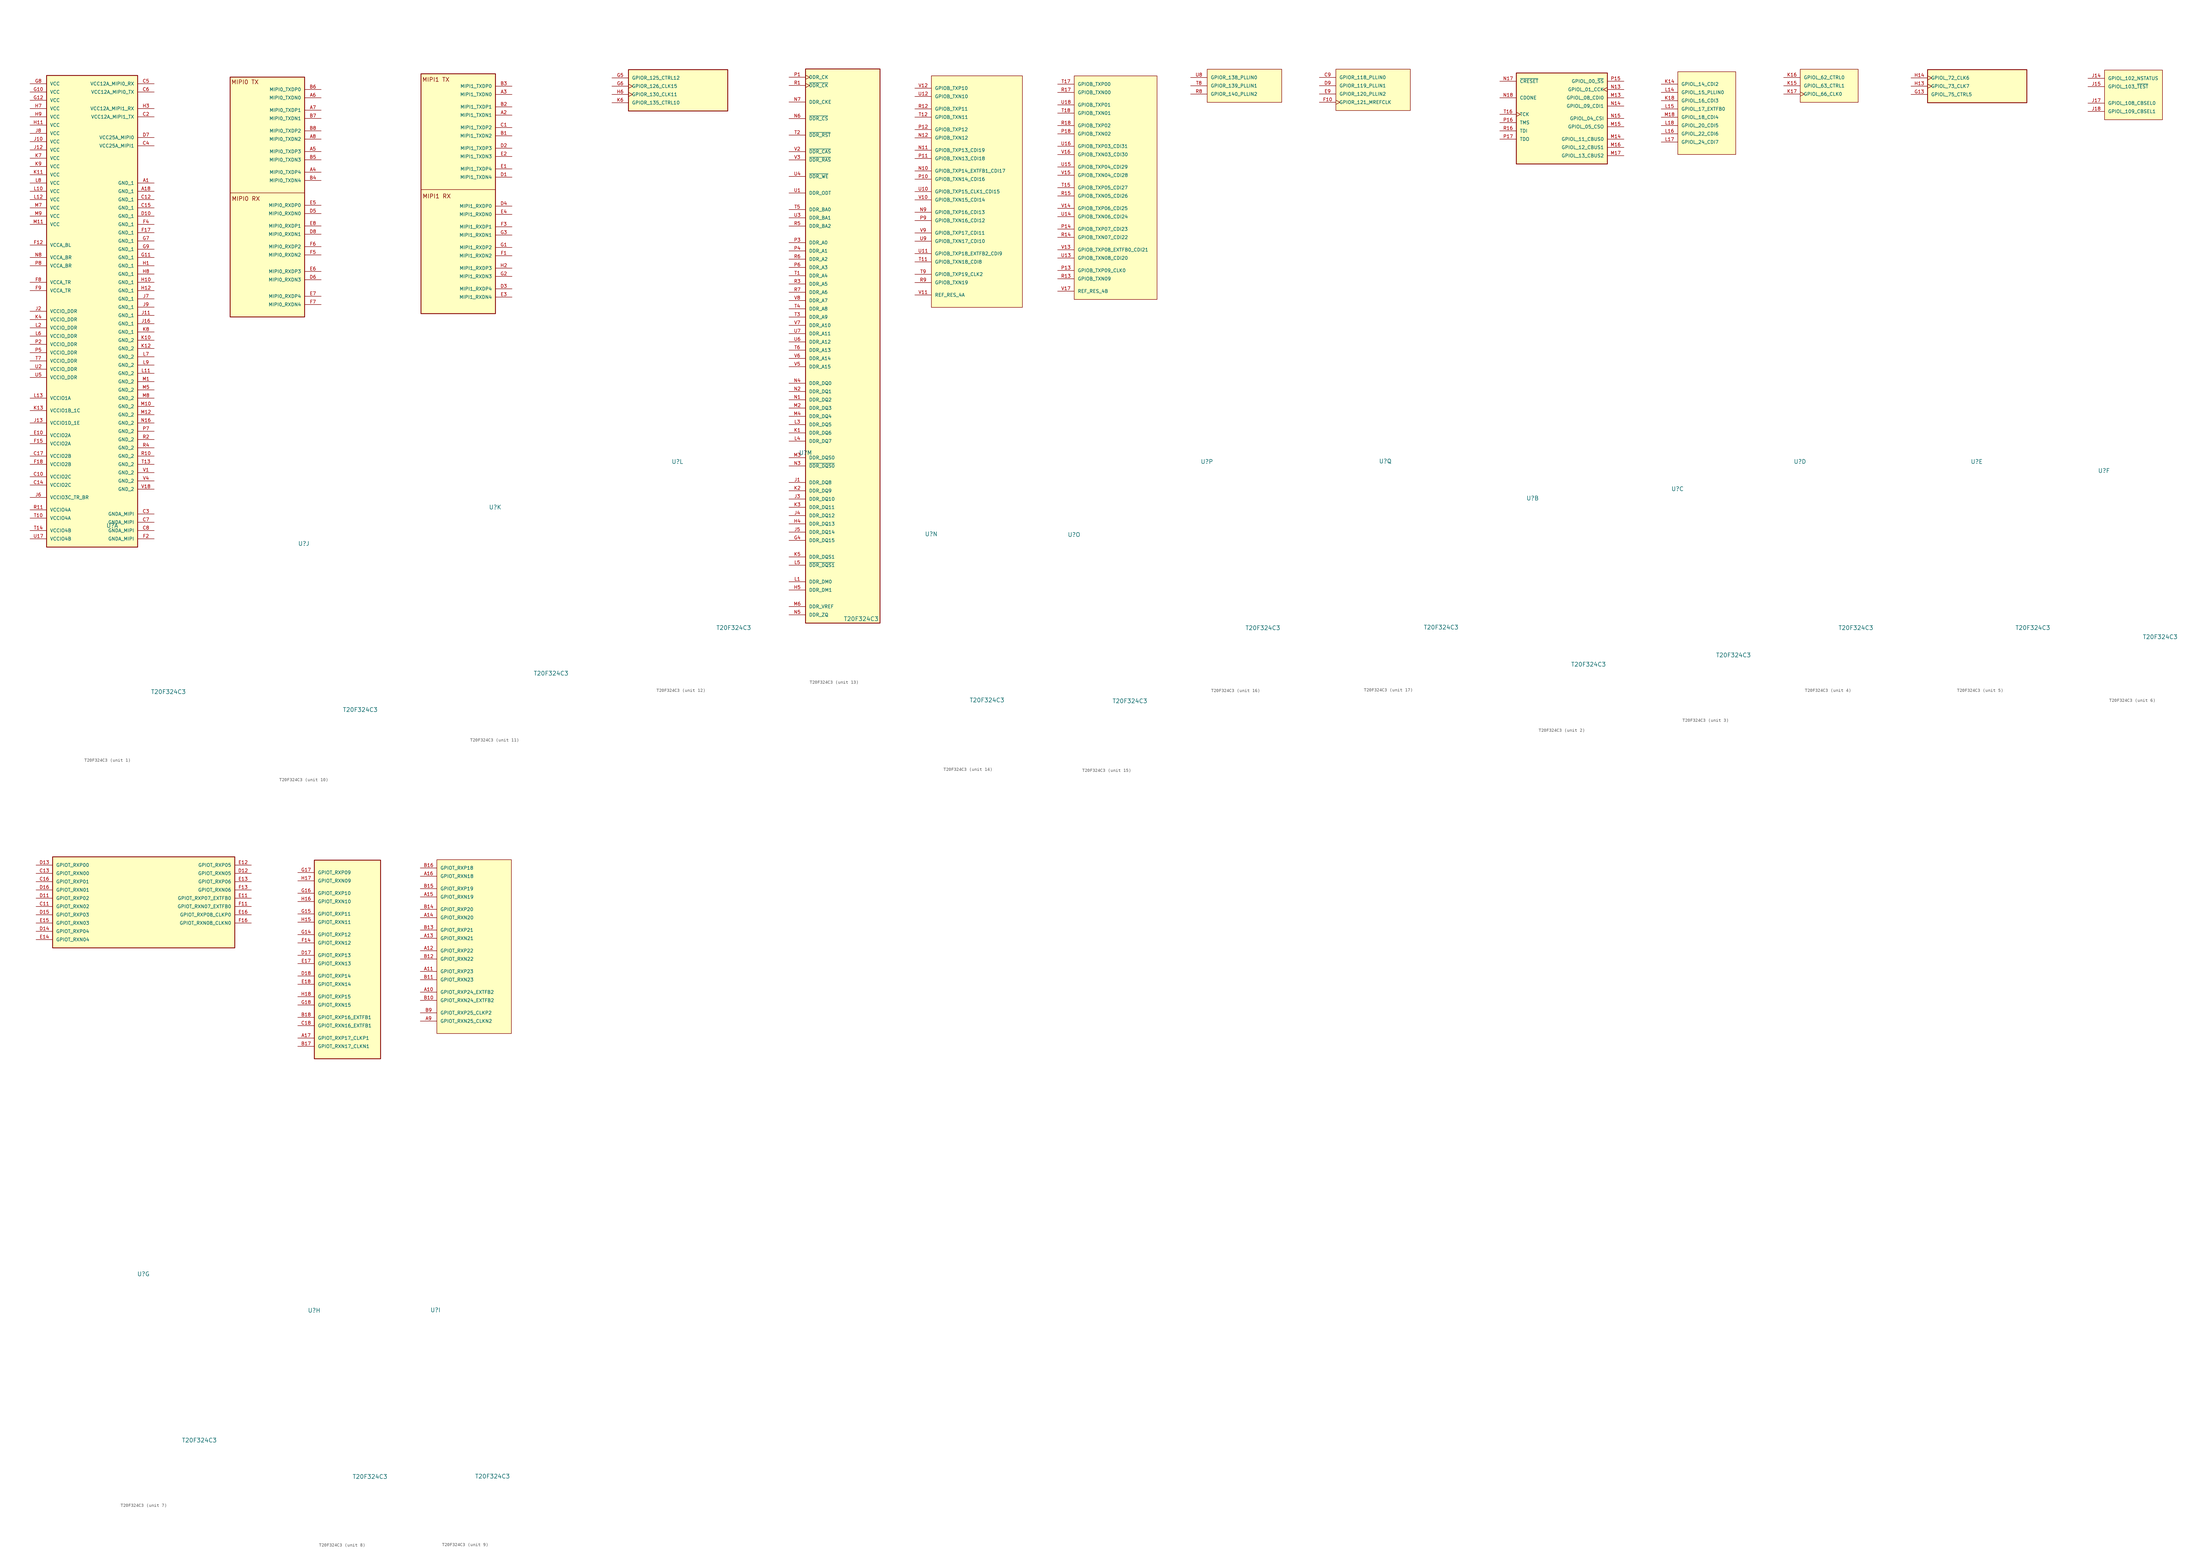
<source format=kicad_sym>
(kicad_symbol_lib
  (version 20231120)
  (generator "kicad_symbol_editor")
  (generator_version "8.0")
  (symbol "T20F324C3"
    (pin_names
      (offset 1.016))
    (property "Reference" "U"
      (at -2.032 -116.078 0)
      (effects (font (size 1.27 1.27)) (justify left bottom)))
    (property "Value" "T20F324C3"
      (at 11.684 -165.608 0)
      (effects (font (size 1.27 1.27)) (justify left top)))
    (symbol "T20F324C3_1_0"
      (rectangle (start -20.32 22.86) (end 7.62 -121.92) (stroke (width 0.254) (type default)) (fill (type background)))
      (pin power_in line (at 12.7 -10.16 180) (length 5.08) (name "GND_1" (effects (font (size 1.016 1.016)))) (number "A1" (effects (font (size 1.016 1.016)))))
      (pin power_in line (at 12.7 -12.7 180) (length 5.08) (name "GND_1" (effects (font (size 1.016 1.016)))) (number "A18" (effects (font (size 1.016 1.016)))))
      (pin power_in line (at -25.4 -100.33 0) (length 5.08) (name "VCCIO2C" (effects (font (size 1.016 1.016)))) (number "C10" (effects (font (size 1.016 1.016)))))
      (pin power_in line (at 12.7 -15.24 180) (length 5.08) (name "GND_1" (effects (font (size 1.016 1.016)))) (number "C12" (effects (font (size 1.016 1.016)))))
      (pin power_in line (at -25.4 -102.87 0) (length 5.08) (name "VCCIO2C" (effects (font (size 1.016 1.016)))) (number "C14" (effects (font (size 1.016 1.016)))))
      (pin power_in line (at 12.7 -17.78 180) (length 5.08) (name "GND_1" (effects (font (size 1.016 1.016)))) (number "C15" (effects (font (size 1.016 1.016)))))
      (pin power_in line (at -25.4 -93.98 0) (length 5.08) (name "VCCIO2B" (effects (font (size 1.016 1.016)))) (number "C17" (effects (font (size 1.016 1.016)))))
      (pin power_in line (at 12.7 10.16 180) (length 5.08) (name "VCC12A_MIPI1_TX" (effects (font (size 1.016 1.016)))) (number "C2" (effects (font (size 1.016 1.016)))))
      (pin power_in line (at 12.7 -111.76 180) (length 5.08) (name "GNDA_MIPI" (effects (font (size 1.016 1.016)))) (number "C3" (effects (font (size 1.016 1.016)))))
      (pin power_in line (at 12.7 1.27 180) (length 5.08) (name "VCC25A_MIPI1" (effects (font (size 1.016 1.016)))) (number "C4" (effects (font (size 1.016 1.016)))))
      (pin power_in line (at 12.7 20.32 180) (length 5.08) (name "VCC12A_MIPI0_RX" (effects (font (size 1.016 1.016)))) (number "C5" (effects (font (size 1.016 1.016)))))
      (pin power_in line (at 12.7 17.78 180) (length 5.08) (name "VCC12A_MIPI0_TX" (effects (font (size 1.016 1.016)))) (number "C6" (effects (font (size 1.016 1.016)))))
      (pin power_in line (at 12.7 -114.3 180) (length 5.08) (name "GNDA_MIPI" (effects (font (size 1.016 1.016)))) (number "C7" (effects (font (size 1.016 1.016)))))
      (pin power_in line (at 12.7 -116.84 180) (length 5.08) (name "GNDA_MIPI" (effects (font (size 1.016 1.016)))) (number "C8" (effects (font (size 1.016 1.016)))))
      (pin power_in line (at 12.7 -20.32 180) (length 5.08) (name "GND_1" (effects (font (size 1.016 1.016)))) (number "D10" (effects (font (size 1.016 1.016)))))
      (pin power_in line (at 12.7 3.81 180) (length 5.08) (name "VCC25A_MIPI0" (effects (font (size 1.016 1.016)))) (number "D7" (effects (font (size 1.016 1.016)))))
      (pin power_in line (at -25.4 -87.63 0) (length 5.08) (name "VCCIO2A" (effects (font (size 1.016 1.016)))) (number "E10" (effects (font (size 1.016 1.016)))))
      (pin power_in line (at -25.4 -29.21 0) (length 5.08) (name "VCCA_BL" (effects (font (size 1.016 1.016)))) (number "F12" (effects (font (size 1.016 1.016)))))
      (pin power_in line (at -25.4 -90.17 0) (length 5.08) (name "VCCIO2A" (effects (font (size 1.016 1.016)))) (number "F15" (effects (font (size 1.016 1.016)))))
      (pin power_in line (at 12.7 -25.4 180) (length 5.08) (name "GND_1" (effects (font (size 1.016 1.016)))) (number "F17" (effects (font (size 1.016 1.016)))))
      (pin power_in line (at -25.4 -96.52 0) (length 5.08) (name "VCCIO2B" (effects (font (size 1.016 1.016)))) (number "F18" (effects (font (size 1.016 1.016)))))
      (pin power_in line (at 12.7 -119.38 180) (length 5.08) (name "GNDA_MIPI" (effects (font (size 1.016 1.016)))) (number "F2" (effects (font (size 1.016 1.016)))))
      (pin power_in line (at 12.7 -22.86 180) (length 5.08) (name "GND_1" (effects (font (size 1.016 1.016)))) (number "F4" (effects (font (size 1.016 1.016)))))
      (pin power_in line (at -25.4 -40.64 0) (length 5.08) (name "VCCA_TR" (effects (font (size 1.016 1.016)))) (number "F8" (effects (font (size 1.016 1.016)))))
      (pin power_in line (at -25.4 -43.18 0) (length 5.08) (name "VCCA_TR" (effects (font (size 1.016 1.016)))) (number "F9" (effects (font (size 1.016 1.016)))))
      (pin power_in line (at -25.4 17.78 0) (length 5.08) (name "VCC" (effects (font (size 1.016 1.016)))) (number "G10" (effects (font (size 1.016 1.016)))))
      (pin power_in line (at 12.7 -33.02 180) (length 5.08) (name "GND_1" (effects (font (size 1.016 1.016)))) (number "G11" (effects (font (size 1.016 1.016)))))
      (pin power_in line (at -25.4 15.24 0) (length 5.08) (name "VCC" (effects (font (size 1.016 1.016)))) (number "G12" (effects (font (size 1.016 1.016)))))
      (pin power_in line (at 12.7 -27.94 180) (length 5.08) (name "GND_1" (effects (font (size 1.016 1.016)))) (number "G7" (effects (font (size 1.016 1.016)))))
      (pin power_in line (at -25.4 20.32 0) (length 5.08) (name "VCC" (effects (font (size 1.016 1.016)))) (number "G8" (effects (font (size 1.016 1.016)))))
      (pin power_in line (at 12.7 -30.48 180) (length 5.08) (name "GND_1" (effects (font (size 1.016 1.016)))) (number "G9" (effects (font (size 1.016 1.016)))))
      (pin power_in line (at 12.7 -35.56 180) (length 5.08) (name "GND_1" (effects (font (size 1.016 1.016)))) (number "H1" (effects (font (size 1.016 1.016)))))
      (pin power_in line (at 12.7 -40.64 180) (length 5.08) (name "GND_1" (effects (font (size 1.016 1.016)))) (number "H10" (effects (font (size 1.016 1.016)))))
      (pin power_in line (at -25.4 7.62 0) (length 5.08) (name "VCC" (effects (font (size 1.016 1.016)))) (number "H11" (effects (font (size 1.016 1.016)))))
      (pin power_in line (at 12.7 -43.18 180) (length 5.08) (name "GND_1" (effects (font (size 1.016 1.016)))) (number "H12" (effects (font (size 1.016 1.016)))))
      (pin power_in line (at 12.7 12.7 180) (length 5.08) (name "VCC12A_MIPI1_RX" (effects (font (size 1.016 1.016)))) (number "H3" (effects (font (size 1.016 1.016)))))
      (pin power_in line (at -25.4 12.7 0) (length 5.08) (name "VCC" (effects (font (size 1.016 1.016)))) (number "H7" (effects (font (size 1.016 1.016)))))
      (pin power_in line (at 12.7 -38.1 180) (length 5.08) (name "GND_1" (effects (font (size 1.016 1.016)))) (number "H8" (effects (font (size 1.016 1.016)))))
      (pin power_in line (at -25.4 10.16 0) (length 5.08) (name "VCC" (effects (font (size 1.016 1.016)))) (number "H9" (effects (font (size 1.016 1.016)))))
      (pin power_in line (at -25.4 2.54 0) (length 5.08) (name "VCC" (effects (font (size 1.016 1.016)))) (number "J10" (effects (font (size 1.016 1.016)))))
      (pin power_in line (at 12.7 -50.8 180) (length 5.08) (name "GND_1" (effects (font (size 1.016 1.016)))) (number "J11" (effects (font (size 1.016 1.016)))))
      (pin power_in line (at -25.4 0 0) (length 5.08) (name "VCC" (effects (font (size 1.016 1.016)))) (number "J12" (effects (font (size 1.016 1.016)))))
      (pin power_in line (at -25.4 -83.82 0) (length 5.08) (name "VCCIO1D_1E" (effects (font (size 1.016 1.016)))) (number "J13" (effects (font (size 1.016 1.016)))))
      (pin power_in line (at 12.7 -53.34 180) (length 5.08) (name "GND_1" (effects (font (size 1.016 1.016)))) (number "J16" (effects (font (size 1.016 1.016)))))
      (pin power_in line (at -25.4 -49.53 0) (length 5.08) (name "VCCIO_DDR" (effects (font (size 1.016 1.016)))) (number "J2" (effects (font (size 1.016 1.016)))))
      (pin power_in line (at -25.4 -106.68 0) (length 5.08) (name "VCCIO3C_TR_BR" (effects (font (size 1.016 1.016)))) (number "J6" (effects (font (size 1.016 1.016)))))
      (pin power_in line (at 12.7 -45.72 180) (length 5.08) (name "GND_1" (effects (font (size 1.016 1.016)))) (number "J7" (effects (font (size 1.016 1.016)))))
      (pin power_in line (at -25.4 5.08 0) (length 5.08) (name "VCC" (effects (font (size 1.016 1.016)))) (number "J8" (effects (font (size 1.016 1.016)))))
      (pin power_in line (at 12.7 -48.26 180) (length 5.08) (name "GND_1" (effects (font (size 1.016 1.016)))) (number "J9" (effects (font (size 1.016 1.016)))))
      (pin power_in line (at 12.7 -58.42 180) (length 5.08) (name "GND_2" (effects (font (size 1.016 1.016)))) (number "K10" (effects (font (size 1.016 1.016)))))
      (pin power_in line (at -25.4 -7.62 0) (length 5.08) (name "VCC" (effects (font (size 1.016 1.016)))) (number "K11" (effects (font (size 1.016 1.016)))))
      (pin power_in line (at 12.7 -60.96 180) (length 5.08) (name "GND_2" (effects (font (size 1.016 1.016)))) (number "K12" (effects (font (size 1.016 1.016)))))
      (pin power_in line (at -25.4 -80.01 0) (length 5.08) (name "VCCIO1B_1C" (effects (font (size 1.016 1.016)))) (number "K13" (effects (font (size 1.016 1.016)))))
      (pin power_in line (at -25.4 -52.07 0) (length 5.08) (name "VCCIO_DDR" (effects (font (size 1.016 1.016)))) (number "K4" (effects (font (size 1.016 1.016)))))
      (pin power_in line (at -25.4 -2.54 0) (length 5.08) (name "VCC" (effects (font (size 1.016 1.016)))) (number "K7" (effects (font (size 1.016 1.016)))))
      (pin power_in line (at 12.7 -55.88 180) (length 5.08) (name "GND_1" (effects (font (size 1.016 1.016)))) (number "K8" (effects (font (size 1.016 1.016)))))
      (pin power_in line (at -25.4 -5.08 0) (length 5.08) (name "VCC" (effects (font (size 1.016 1.016)))) (number "K9" (effects (font (size 1.016 1.016)))))
      (pin power_in line (at -25.4 -12.7 0) (length 5.08) (name "VCC" (effects (font (size 1.016 1.016)))) (number "L10" (effects (font (size 1.016 1.016)))))
      (pin power_in line (at 12.7 -68.58 180) (length 5.08) (name "GND_2" (effects (font (size 1.016 1.016)))) (number "L11" (effects (font (size 1.016 1.016)))))
      (pin power_in line (at -25.4 -15.24 0) (length 5.08) (name "VCC" (effects (font (size 1.016 1.016)))) (number "L12" (effects (font (size 1.016 1.016)))))
      (pin power_in line (at -25.4 -76.2 0) (length 5.08) (name "VCCIO1A" (effects (font (size 1.016 1.016)))) (number "L13" (effects (font (size 1.016 1.016)))))
      (pin power_in line (at -25.4 -54.61 0) (length 5.08) (name "VCCIO_DDR" (effects (font (size 1.016 1.016)))) (number "L2" (effects (font (size 1.016 1.016)))))
      (pin power_in line (at -25.4 -57.15 0) (length 5.08) (name "VCCIO_DDR" (effects (font (size 1.016 1.016)))) (number "L6" (effects (font (size 1.016 1.016)))))
      (pin power_in line (at 12.7 -63.5 180) (length 5.08) (name "GND_2" (effects (font (size 1.016 1.016)))) (number "L7" (effects (font (size 1.016 1.016)))))
      (pin power_in line (at -25.4 -10.16 0) (length 5.08) (name "VCC" (effects (font (size 1.016 1.016)))) (number "L8" (effects (font (size 1.016 1.016)))))
      (pin power_in line (at 12.7 -66.04 180) (length 5.08) (name "GND_2" (effects (font (size 1.016 1.016)))) (number "L9" (effects (font (size 1.016 1.016)))))
      (pin power_in line (at 12.7 -71.12 180) (length 5.08) (name "GND_2" (effects (font (size 1.016 1.016)))) (number "M1" (effects (font (size 1.016 1.016)))))
      (pin power_in line (at 12.7 -78.74 180) (length 5.08) (name "GND_2" (effects (font (size 1.016 1.016)))) (number "M10" (effects (font (size 1.016 1.016)))))
      (pin power_in line (at -25.4 -22.86 0) (length 5.08) (name "VCC" (effects (font (size 1.016 1.016)))) (number "M11" (effects (font (size 1.016 1.016)))))
      (pin power_in line (at 12.7 -81.28 180) (length 5.08) (name "GND_2" (effects (font (size 1.016 1.016)))) (number "M12" (effects (font (size 1.016 1.016)))))
      (pin power_in line (at 12.7 -73.66 180) (length 5.08) (name "GND_2" (effects (font (size 1.016 1.016)))) (number "M5" (effects (font (size 1.016 1.016)))))
      (pin power_in line (at -25.4 -17.78 0) (length 5.08) (name "VCC" (effects (font (size 1.016 1.016)))) (number "M7" (effects (font (size 1.016 1.016)))))
      (pin power_in line (at 12.7 -76.2 180) (length 5.08) (name "GND_2" (effects (font (size 1.016 1.016)))) (number "M8" (effects (font (size 1.016 1.016)))))
      (pin power_in line (at -25.4 -20.32 0) (length 5.08) (name "VCC" (effects (font (size 1.016 1.016)))) (number "M9" (effects (font (size 1.016 1.016)))))
      (pin power_in line (at 12.7 -83.82 180) (length 5.08) (name "GND_2" (effects (font (size 1.016 1.016)))) (number "N16" (effects (font (size 1.016 1.016)))))
      (pin power_in line (at -25.4 -33.02 0) (length 5.08) (name "VCCA_BR" (effects (font (size 1.016 1.016)))) (number "N8" (effects (font (size 1.016 1.016)))))
      (pin power_in line (at -25.4 -59.69 0) (length 5.08) (name "VCCIO_DDR" (effects (font (size 1.016 1.016)))) (number "P2" (effects (font (size 1.016 1.016)))))
      (pin power_in line (at -25.4 -62.23 0) (length 5.08) (name "VCCIO_DDR" (effects (font (size 1.016 1.016)))) (number "P5" (effects (font (size 1.016 1.016)))))
      (pin power_in line (at 12.7 -86.36 180) (length 5.08) (name "GND_2" (effects (font (size 1.016 1.016)))) (number "P7" (effects (font (size 1.016 1.016)))))
      (pin power_in line (at -25.4 -35.56 0) (length 5.08) (name "VCCA_BR" (effects (font (size 1.016 1.016)))) (number "P8" (effects (font (size 1.016 1.016)))))
      (pin power_in line (at 12.7 -93.98 180) (length 5.08) (name "GND_2" (effects (font (size 1.016 1.016)))) (number "R10" (effects (font (size 1.016 1.016)))))
      (pin power_in line (at -25.4 -110.49 0) (length 5.08) (name "VCCIO4A" (effects (font (size 1.016 1.016)))) (number "R11" (effects (font (size 1.016 1.016)))))
      (pin power_in line (at 12.7 -88.9 180) (length 5.08) (name "GND_2" (effects (font (size 1.016 1.016)))) (number "R2" (effects (font (size 1.016 1.016)))))
      (pin power_in line (at 12.7 -91.44 180) (length 5.08) (name "GND_2" (effects (font (size 1.016 1.016)))) (number "R4" (effects (font (size 1.016 1.016)))))
      (pin power_in line (at -25.4 -113.03 0) (length 5.08) (name "VCCIO4A" (effects (font (size 1.016 1.016)))) (number "T10" (effects (font (size 1.016 1.016)))))
      (pin power_in line (at 12.7 -96.52 180) (length 5.08) (name "GND_2" (effects (font (size 1.016 1.016)))) (number "T13" (effects (font (size 1.016 1.016)))))
      (pin power_in line (at -25.4 -116.84 0) (length 5.08) (name "VCCIO4B" (effects (font (size 1.016 1.016)))) (number "T14" (effects (font (size 1.016 1.016)))))
      (pin power_in line (at -25.4 -64.77 0) (length 5.08) (name "VCCIO_DDR" (effects (font (size 1.016 1.016)))) (number "T7" (effects (font (size 1.016 1.016)))))
      (pin power_in line (at -25.4 -119.38 0) (length 5.08) (name "VCCIO4B" (effects (font (size 1.016 1.016)))) (number "U17" (effects (font (size 1.016 1.016)))))
      (pin power_in line (at -25.4 -67.31 0) (length 5.08) (name "VCCIO_DDR" (effects (font (size 1.016 1.016)))) (number "U2" (effects (font (size 1.016 1.016)))))
      (pin power_in line (at -25.4 -69.85 0) (length 5.08) (name "VCCIO_DDR" (effects (font (size 1.016 1.016)))) (number "U5" (effects (font (size 1.016 1.016)))))
      (pin power_in line (at 12.7 -99.06 180) (length 5.08) (name "GND_2" (effects (font (size 1.016 1.016)))) (number "V1" (effects (font (size 1.016 1.016)))))
      (pin power_in line (at 12.7 -104.14 180) (length 5.08) (name "GND_2" (effects (font (size 1.016 1.016)))) (number "V18" (effects (font (size 1.016 1.016)))))
      (pin power_in line (at 12.7 -101.6 180) (length 5.08) (name "GND_2" (effects (font (size 1.016 1.016)))) (number "V4" (effects (font (size 1.016 1.016))))))
    (symbol "T20F324C3_2_0"
      (rectangle (start -5.08 15.24) (end 22.86 -12.7) (stroke (width 0.254) (type default)) (fill (type background)))
      (pin bidirectional line (at 27.94 7.62 180) (length 5.08) (name "GPIOL_08_CDI0" (effects (font (size 1.016 1.016)))) (number "M13" (effects (font (size 1.016 1.016)))))
      (pin bidirectional line (at 27.94 -5.08 180) (length 5.08) (name "GPIOL_11_CBUS0" (effects (font (size 1.016 1.016)))) (number "M14" (effects (font (size 1.016 1.016)))))
      (pin bidirectional line (at 27.94 -1.27 180) (length 5.08) (name "GPIOL_05_CSO" (effects (font (size 1.016 1.016)))) (number "M15" (effects (font (size 1.016 1.016)))))
      (pin bidirectional line (at 27.94 -7.62 180) (length 5.08) (name "GPIOL_12_CBUS1" (effects (font (size 1.016 1.016)))) (number "M16" (effects (font (size 1.016 1.016)))))
      (pin bidirectional line (at 27.94 -10.16 180) (length 5.08) (name "GPIOL_13_CBUS2" (effects (font (size 1.016 1.016)))) (number "M17" (effects (font (size 1.016 1.016)))))
      (pin bidirectional clock (at 27.94 10.16 180) (length 5.08) (name "GPIOL_01_CCK" (effects (font (size 1.016 1.016)))) (number "N13" (effects (font (size 1.016 1.016)))))
      (pin bidirectional line (at 27.94 5.08 180) (length 5.08) (name "GPIOL_09_CDI1" (effects (font (size 1.016 1.016)))) (number "N14" (effects (font (size 1.016 1.016)))))
      (pin bidirectional line (at 27.94 1.27 180) (length 5.08) (name "GPIOL_04_CSI" (effects (font (size 1.016 1.016)))) (number "N15" (effects (font (size 1.016 1.016)))))
      (pin input line (at -10.16 12.7 0) (length 5.08) (name "~{CRESET}" (effects (font (size 1.016 1.016)))) (number "N17" (effects (font (size 1.016 1.016)))))
      (pin bidirectional line (at -10.16 7.62 0) (length 5.08) (name "CDONE" (effects (font (size 1.016 1.016)))) (number "N18" (effects (font (size 1.016 1.016)))))
      (pin bidirectional line (at 27.94 12.7 180) (length 5.08) (name "GPIOL_00_~{SS}" (effects (font (size 1.016 1.016)))) (number "P15" (effects (font (size 1.016 1.016)))))
      (pin input line (at -10.16 0 0) (length 5.08) (name "TMS" (effects (font (size 1.016 1.016)))) (number "P16" (effects (font (size 1.016 1.016)))))
      (pin output line (at -10.16 -5.08 0) (length 5.08) (name "TDO" (effects (font (size 1.016 1.016)))) (number "P17" (effects (font (size 1.016 1.016)))))
      (pin input line (at -10.16 -2.54 0) (length 5.08) (name "TDI" (effects (font (size 1.016 1.016)))) (number "R16" (effects (font (size 1.016 1.016)))))
      (pin input clock (at -10.16 2.54 0) (length 5.08) (name "TCK" (effects (font (size 1.016 1.016)))) (number "T16" (effects (font (size 1.016 1.016))))))
    (symbol "T20F324C3_3_0"
      (pin bidirectional line (at -5.08 8.89 0) (length 5.08) (name "GPIOL_14_CDI2" (effects (font (size 1.016 1.016)))) (number "K14" (effects (font (size 1.016 1.016)))))
      (pin bidirectional line (at -5.08 3.81 0) (length 5.08) (name "GPIOL_16_CDI3" (effects (font (size 1.016 1.016)))) (number "K18" (effects (font (size 1.016 1.016)))))
      (pin bidirectional line (at -5.08 6.35 0) (length 5.08) (name "GPIOL_15_PLLIN0" (effects (font (size 1.016 1.016)))) (number "L14" (effects (font (size 1.016 1.016)))))
      (pin bidirectional line (at -5.08 1.27 0) (length 5.08) (name "GPIOL_17_EXTFB0" (effects (font (size 1.016 1.016)))) (number "L15" (effects (font (size 1.016 1.016)))))
      (pin bidirectional line (at -5.08 -6.35 0) (length 5.08) (name "GPIOL_22_CDI6" (effects (font (size 1.016 1.016)))) (number "L16" (effects (font (size 1.016 1.016)))))
      (pin bidirectional line (at -5.08 -8.89 0) (length 5.08) (name "GPIOL_24_CDI7" (effects (font (size 1.016 1.016)))) (number "L17" (effects (font (size 1.016 1.016)))))
      (pin bidirectional line (at -5.08 -3.81 0) (length 5.08) (name "GPIOL_20_CDI5" (effects (font (size 1.016 1.016)))) (number "L18" (effects (font (size 1.016 1.016)))))
      (pin bidirectional line (at -5.08 -1.27 0) (length 5.08) (name "GPIOL_18_CDI4" (effects (font (size 1.016 1.016)))) (number "M18" (effects (font (size 1.016 1.016))))))
    (symbol "T20F324C3_3_1"
      (rectangle (start 0 12.7) (end 17.78 -12.7) (stroke (width 0) (type default)) (fill (type background))))
    (symbol "T20F324C3_4_0"
      (pin bidirectional line (at -5.08 0 0) (length 5.08) (name "GPIOL_63_CTRL1" (effects (font (size 1.016 1.016)))) (number "K15" (effects (font (size 1.016 1.016)))))
      (pin bidirectional line (at -5.08 2.54 0) (length 5.08) (name "GPIOL_62_CTRL0" (effects (font (size 1.016 1.016)))) (number "K16" (effects (font (size 1.016 1.016)))))
      (pin bidirectional clock (at -5.08 -2.54 0) (length 5.08) (name "GPIOL_66_CLK0" (effects (font (size 1.016 1.016)))) (number "K17" (effects (font (size 1.016 1.016))))))
    (symbol "T20F324C3_4_1"
      (rectangle (start 0 5.08) (end 17.78 -5.08) (stroke (width 0) (type default)) (fill (type background))))
    (symbol "T20F324C3_5_0"
      (rectangle (start -15.24 -5.08) (end 15.24 5.08) (stroke (width 0.254) (type default)) (fill (type background)))
      (pin bidirectional line (at -20.32 -2.54 0) (length 5.08) (name "GPIOL_75_CTRL5" (effects (font (size 1.016 1.016)))) (number "G13" (effects (font (size 1.016 1.016)))))
      (pin bidirectional clock (at -20.32 0 0) (length 5.08) (name "GPIOL_73_CLK7" (effects (font (size 1.016 1.016)))) (number "H13" (effects (font (size 1.016 1.016)))))
      (pin bidirectional clock (at -20.32 2.54 0) (length 5.08) (name "GPIOL_72_CLK6" (effects (font (size 1.016 1.016)))) (number "H14" (effects (font (size 1.016 1.016))))))
    (symbol "T20F324C3_6_0"
      (pin bidirectional line (at -5.08 5.08 0) (length 5.08) (name "GPIOL_102_NSTATUS" (effects (font (size 1.016 1.016)))) (number "J14" (effects (font (size 1.016 1.016)))))
      (pin bidirectional line (at -5.08 2.54 0) (length 5.08) (name "GPIOL_103_~{TEST}" (effects (font (size 1.016 1.016)))) (number "J15" (effects (font (size 1.016 1.016)))))
      (pin bidirectional line (at -5.08 -2.54 0) (length 5.08) (name "GPIOL_108_CBSEL0" (effects (font (size 1.016 1.016)))) (number "J17" (effects (font (size 1.016 1.016)))))
      (pin bidirectional line (at -5.08 -5.08 0) (length 5.08) (name "GPIOL_109_CBSEL1" (effects (font (size 1.016 1.016)))) (number "J18" (effects (font (size 1.016 1.016))))))
    (symbol "T20F324C3_6_1"
      (rectangle (start 0 7.62) (end 17.78 -7.62) (stroke (width 0) (type default)) (fill (type background))))
    (symbol "T20F324C3_7_0"
      (rectangle (start -27.94 -15.24) (end 27.94 12.7) (stroke (width 0.254) (type default)) (fill (type background)))
      (pin bidirectional line (at -33.02 -2.54 0) (length 5.08) (name "GPIOT_RXN02" (effects (font (size 1.016 1.016)))) (number "C11" (effects (font (size 1.016 1.016)))))
      (pin bidirectional line (at -33.02 7.62 0) (length 5.08) (name "GPIOT_RXN00" (effects (font (size 1.016 1.016)))) (number "C13" (effects (font (size 1.016 1.016)))))
      (pin bidirectional line (at -33.02 5.08 0) (length 5.08) (name "GPIOT_RXP01" (effects (font (size 1.016 1.016)))) (number "C16" (effects (font (size 1.016 1.016)))))
      (pin bidirectional line (at -33.02 0 0) (length 5.08) (name "GPIOT_RXP02" (effects (font (size 1.016 1.016)))) (number "D11" (effects (font (size 1.016 1.016)))))
      (pin bidirectional line (at 33.02 7.62 180) (length 5.08) (name "GPIOT_RXN05" (effects (font (size 1.016 1.016)))) (number "D12" (effects (font (size 1.016 1.016)))))
      (pin bidirectional line (at -33.02 10.16 0) (length 5.08) (name "GPIOT_RXP00" (effects (font (size 1.016 1.016)))) (number "D13" (effects (font (size 1.016 1.016)))))
      (pin bidirectional line (at -33.02 -10.16 0) (length 5.08) (name "GPIOT_RXP04" (effects (font (size 1.016 1.016)))) (number "D14" (effects (font (size 1.016 1.016)))))
      (pin bidirectional line (at -33.02 -5.08 0) (length 5.08) (name "GPIOT_RXP03" (effects (font (size 1.016 1.016)))) (number "D15" (effects (font (size 1.016 1.016)))))
      (pin bidirectional line (at -33.02 2.54 0) (length 5.08) (name "GPIOT_RXN01" (effects (font (size 1.016 1.016)))) (number "D16" (effects (font (size 1.016 1.016)))))
      (pin bidirectional line (at 33.02 0 180) (length 5.08) (name "GPIOT_RXP07_EXTFB0" (effects (font (size 1.016 1.016)))) (number "E11" (effects (font (size 1.016 1.016)))))
      (pin bidirectional line (at 33.02 10.16 180) (length 5.08) (name "GPIOT_RXP05" (effects (font (size 1.016 1.016)))) (number "E12" (effects (font (size 1.016 1.016)))))
      (pin bidirectional line (at 33.02 5.08 180) (length 5.08) (name "GPIOT_RXP06" (effects (font (size 1.016 1.016)))) (number "E13" (effects (font (size 1.016 1.016)))))
      (pin bidirectional line (at -33.02 -12.7 0) (length 5.08) (name "GPIOT_RXN04" (effects (font (size 1.016 1.016)))) (number "E14" (effects (font (size 1.016 1.016)))))
      (pin bidirectional line (at -33.02 -7.62 0) (length 5.08) (name "GPIOT_RXN03" (effects (font (size 1.016 1.016)))) (number "E15" (effects (font (size 1.016 1.016)))))
      (pin bidirectional line (at 33.02 -5.08 180) (length 5.08) (name "GPIOT_RXP08_CLKP0" (effects (font (size 1.016 1.016)))) (number "E16" (effects (font (size 1.016 1.016)))))
      (pin bidirectional line (at 33.02 -2.54 180) (length 5.08) (name "GPIOT_RXN07_EXTFB0" (effects (font (size 1.016 1.016)))) (number "F11" (effects (font (size 1.016 1.016)))))
      (pin bidirectional line (at 33.02 2.54 180) (length 5.08) (name "GPIOT_RXN06" (effects (font (size 1.016 1.016)))) (number "F13" (effects (font (size 1.016 1.016)))))
      (pin bidirectional line (at 33.02 -7.62 180) (length 5.08) (name "GPIOT_RXN08_CLKN0" (effects (font (size 1.016 1.016)))) (number "F16" (effects (font (size 1.016 1.016))))))
    (symbol "T20F324C3_8_0"
      (rectangle (start 0 22.86) (end 20.32 -38.1) (stroke (width 0.254) (type default)) (fill (type background)))
      (pin bidirectional line (at -5.08 -31.75 0) (length 5.08) (name "GPIOT_RXP17_CLKP1" (effects (font (size 1.016 1.016)))) (number "A17" (effects (font (size 1.016 1.016)))))
      (pin bidirectional line (at -5.08 -34.29 0) (length 5.08) (name "GPIOT_RXN17_CLKN1" (effects (font (size 1.016 1.016)))) (number "B17" (effects (font (size 1.016 1.016)))))
      (pin bidirectional line (at -5.08 -25.4 0) (length 5.08) (name "GPIOT_RXP16_EXTFB1" (effects (font (size 1.016 1.016)))) (number "B18" (effects (font (size 1.016 1.016)))))
      (pin bidirectional line (at -5.08 -27.94 0) (length 5.08) (name "GPIOT_RXN16_EXTFB1" (effects (font (size 1.016 1.016)))) (number "C18" (effects (font (size 1.016 1.016)))))
      (pin bidirectional line (at -5.08 -6.35 0) (length 5.08) (name "GPIOT_RXP13" (effects (font (size 1.016 1.016)))) (number "D17" (effects (font (size 1.016 1.016)))))
      (pin bidirectional line (at -5.08 -12.7 0) (length 5.08) (name "GPIOT_RXP14" (effects (font (size 1.016 1.016)))) (number "D18" (effects (font (size 1.016 1.016)))))
      (pin bidirectional line (at -5.08 -8.89 0) (length 5.08) (name "GPIOT_RXN13" (effects (font (size 1.016 1.016)))) (number "E17" (effects (font (size 1.016 1.016)))))
      (pin bidirectional line (at -5.08 -15.24 0) (length 5.08) (name "GPIOT_RXN14" (effects (font (size 1.016 1.016)))) (number "E18" (effects (font (size 1.016 1.016)))))
      (pin bidirectional line (at -5.08 -2.54 0) (length 5.08) (name "GPIOT_RXN12" (effects (font (size 1.016 1.016)))) (number "F14" (effects (font (size 1.016 1.016)))))
      (pin bidirectional line (at -5.08 0 0) (length 5.08) (name "GPIOT_RXP12" (effects (font (size 1.016 1.016)))) (number "G14" (effects (font (size 1.016 1.016)))))
      (pin bidirectional line (at -5.08 6.35 0) (length 5.08) (name "GPIOT_RXP11" (effects (font (size 1.016 1.016)))) (number "G15" (effects (font (size 1.016 1.016)))))
      (pin bidirectional line (at -5.08 12.7 0) (length 5.08) (name "GPIOT_RXP10" (effects (font (size 1.016 1.016)))) (number "G16" (effects (font (size 1.016 1.016)))))
      (pin bidirectional line (at -5.08 19.05 0) (length 5.08) (name "GPIOT_RXP09" (effects (font (size 1.016 1.016)))) (number "G17" (effects (font (size 1.016 1.016)))))
      (pin bidirectional line (at -5.08 -21.59 0) (length 5.08) (name "GPIOT_RXN15" (effects (font (size 1.016 1.016)))) (number "G18" (effects (font (size 1.016 1.016)))))
      (pin bidirectional line (at -5.08 3.81 0) (length 5.08) (name "GPIOT_RXN11" (effects (font (size 1.016 1.016)))) (number "H15" (effects (font (size 1.016 1.016)))))
      (pin bidirectional line (at -5.08 10.16 0) (length 5.08) (name "GPIOT_RXN10" (effects (font (size 1.016 1.016)))) (number "H16" (effects (font (size 1.016 1.016)))))
      (pin bidirectional line (at -5.08 16.51 0) (length 5.08) (name "GPIOT_RXN09" (effects (font (size 1.016 1.016)))) (number "H17" (effects (font (size 1.016 1.016)))))
      (pin bidirectional line (at -5.08 -19.05 0) (length 5.08) (name "GPIOT_RXP15" (effects (font (size 1.016 1.016)))) (number "H18" (effects (font (size 1.016 1.016))))))
    (symbol "T20F324C3_9_0"
      (pin bidirectional line (at -5.08 -17.78 0) (length 5.08) (name "GPIOT_RXP24_EXTFB2" (effects (font (size 1.016 1.016)))) (number "A10" (effects (font (size 1.016 1.016)))))
      (pin bidirectional line (at -5.08 -11.43 0) (length 5.08) (name "GPIOT_RXP23" (effects (font (size 1.016 1.016)))) (number "A11" (effects (font (size 1.016 1.016)))))
      (pin bidirectional line (at -5.08 -5.08 0) (length 5.08) (name "GPIOT_RXP22" (effects (font (size 1.016 1.016)))) (number "A12" (effects (font (size 1.016 1.016)))))
      (pin bidirectional line (at -5.08 -1.27 0) (length 5.08) (name "GPIOT_RXN21" (effects (font (size 1.016 1.016)))) (number "A13" (effects (font (size 1.016 1.016)))))
      (pin bidirectional line (at -5.08 5.08 0) (length 5.08) (name "GPIOT_RXN20" (effects (font (size 1.016 1.016)))) (number "A14" (effects (font (size 1.016 1.016)))))
      (pin bidirectional line (at -5.08 11.43 0) (length 5.08) (name "GPIOT_RXN19" (effects (font (size 1.016 1.016)))) (number "A15" (effects (font (size 1.016 1.016)))))
      (pin bidirectional line (at -5.08 17.78 0) (length 5.08) (name "GPIOT_RXN18" (effects (font (size 1.016 1.016)))) (number "A16" (effects (font (size 1.016 1.016)))))
      (pin bidirectional line (at -5.08 -26.67 0) (length 5.08) (name "GPIOT_RXN25_CLKN2" (effects (font (size 1.016 1.016)))) (number "A9" (effects (font (size 1.016 1.016)))))
      (pin bidirectional line (at -5.08 -20.32 0) (length 5.08) (name "GPIOT_RXN24_EXTFB2" (effects (font (size 1.016 1.016)))) (number "B10" (effects (font (size 1.016 1.016)))))
      (pin bidirectional line (at -5.08 -13.97 0) (length 5.08) (name "GPIOT_RXN23" (effects (font (size 1.016 1.016)))) (number "B11" (effects (font (size 1.016 1.016)))))
      (pin bidirectional line (at -5.08 -7.62 0) (length 5.08) (name "GPIOT_RXN22" (effects (font (size 1.016 1.016)))) (number "B12" (effects (font (size 1.016 1.016)))))
      (pin bidirectional line (at -5.08 1.27 0) (length 5.08) (name "GPIOT_RXP21" (effects (font (size 1.016 1.016)))) (number "B13" (effects (font (size 1.016 1.016)))))
      (pin bidirectional line (at -5.08 7.62 0) (length 5.08) (name "GPIOT_RXP20" (effects (font (size 1.016 1.016)))) (number "B14" (effects (font (size 1.016 1.016)))))
      (pin bidirectional line (at -5.08 13.97 0) (length 5.08) (name "GPIOT_RXP19" (effects (font (size 1.016 1.016)))) (number "B15" (effects (font (size 1.016 1.016)))))
      (pin bidirectional line (at -5.08 20.32 0) (length 5.08) (name "GPIOT_RXP18" (effects (font (size 1.016 1.016)))) (number "B16" (effects (font (size 1.016 1.016)))))
      (pin bidirectional line (at -5.08 -24.13 0) (length 5.08) (name "GPIOT_RXP25_CLKP2" (effects (font (size 1.016 1.016)))) (number "B9" (effects (font (size 1.016 1.016))))))
    (symbol "T20F324C3_9_1"
      (rectangle (start 0 22.86) (end 22.86 -30.48) (stroke (width 0) (type default)) (fill (type background))))
    (symbol "T20F324C3_10_0"
      (rectangle (start -22.86 27.94) (end 0 -45.72) (stroke (width 0.254) (type default)) (fill (type background)))
      (pin bidirectional line (at 5.08 -1.27 180) (length 5.08) (name "MIPI0_TXDP4" (effects (font (size 1.016 1.016)))) (number "A4" (effects (font (size 1.016 1.016)))))
      (pin bidirectional line (at 5.08 5.08 180) (length 5.08) (name "MIPI0_TXDP3" (effects (font (size 1.016 1.016)))) (number "A5" (effects (font (size 1.016 1.016)))))
      (pin bidirectional line (at 5.08 21.59 180) (length 5.08) (name "MIPI0_TXDN0" (effects (font (size 1.016 1.016)))) (number "A6" (effects (font (size 1.016 1.016)))))
      (pin bidirectional line (at 5.08 17.78 180) (length 5.08) (name "MIPI0_TXDP1" (effects (font (size 1.016 1.016)))) (number "A7" (effects (font (size 1.016 1.016)))))
      (pin bidirectional line (at 5.08 8.89 180) (length 5.08) (name "MIPI0_TXDN2" (effects (font (size 1.016 1.016)))) (number "A8" (effects (font (size 1.016 1.016)))))
      (pin bidirectional line (at 5.08 -3.81 180) (length 5.08) (name "MIPI0_TXDN4" (effects (font (size 1.016 1.016)))) (number "B4" (effects (font (size 1.016 1.016)))))
      (pin bidirectional line (at 5.08 2.54 180) (length 5.08) (name "MIPI0_TXDN3" (effects (font (size 1.016 1.016)))) (number "B5" (effects (font (size 1.016 1.016)))))
      (pin bidirectional line (at 5.08 24.13 180) (length 5.08) (name "MIPI0_TXDP0" (effects (font (size 1.016 1.016)))) (number "B6" (effects (font (size 1.016 1.016)))))
      (pin bidirectional line (at 5.08 15.24 180) (length 5.08) (name "MIPI0_TXDN1" (effects (font (size 1.016 1.016)))) (number "B7" (effects (font (size 1.016 1.016)))))
      (pin bidirectional line (at 5.08 11.43 180) (length 5.08) (name "MIPI0_TXDP2" (effects (font (size 1.016 1.016)))) (number "B8" (effects (font (size 1.016 1.016)))))
      (pin bidirectional line (at 5.08 -13.97 180) (length 5.08) (name "MIPI0_RXDN0" (effects (font (size 1.016 1.016)))) (number "D5" (effects (font (size 1.016 1.016)))))
      (pin bidirectional line (at 5.08 -34.29 180) (length 5.08) (name "MIPI0_RXDN3" (effects (font (size 1.016 1.016)))) (number "D6" (effects (font (size 1.016 1.016)))))
      (pin bidirectional line (at 5.08 -20.32 180) (length 5.08) (name "MIPI0_RXDN1" (effects (font (size 1.016 1.016)))) (number "D8" (effects (font (size 1.016 1.016)))))
      (pin bidirectional line (at 5.08 -11.43 180) (length 5.08) (name "MIPI0_RXDP0" (effects (font (size 1.016 1.016)))) (number "E5" (effects (font (size 1.016 1.016)))))
      (pin bidirectional line (at 5.08 -31.75 180) (length 5.08) (name "MIPI0_RXDP3" (effects (font (size 1.016 1.016)))) (number "E6" (effects (font (size 1.016 1.016)))))
      (pin bidirectional line (at 5.08 -39.37 180) (length 5.08) (name "MIPI0_RXDP4" (effects (font (size 1.016 1.016)))) (number "E7" (effects (font (size 1.016 1.016)))))
      (pin bidirectional line (at 5.08 -17.78 180) (length 5.08) (name "MIPI0_RXDP1" (effects (font (size 1.016 1.016)))) (number "E8" (effects (font (size 1.016 1.016)))))
      (pin bidirectional line (at 5.08 -26.67 180) (length 5.08) (name "MIPI0_RXDN2" (effects (font (size 1.016 1.016)))) (number "F5" (effects (font (size 1.016 1.016)))))
      (pin bidirectional line (at 5.08 -24.13 180) (length 5.08) (name "MIPI0_RXDP2" (effects (font (size 1.016 1.016)))) (number "F6" (effects (font (size 1.016 1.016)))))
      (pin bidirectional line (at 5.08 -41.91 180) (length 5.08) (name "MIPI0_RXDN4" (effects (font (size 1.016 1.016)))) (number "F7" (effects (font (size 1.016 1.016))))))
    (symbol "T20F324C3_10_1"
      (polyline (pts (xy 0 -7.62) (xy -22.86 -7.62)) (stroke (width 0) (type default)) (fill (type none)))
      (text "MIPI0 RX" (at -18.034 -9.398 0) (effects (font (size 1.27 1.27) (thickness 0.159))))
      (text "MIPI0 TX" (at -18.288 26.416 0) (effects (font (size 1.27 1.27) (thickness 0.152) (bold yes)))))
    (symbol "T20F324C3_11_0"
      (rectangle (start -22.86 17.78) (end 0 -55.88) (stroke (width 0.254) (type default)) (fill (type background)))
      (pin bidirectional line (at 5.08 5.08 180) (length 5.08) (name "MIPI1_TXDN1" (effects (font (size 1.016 1.016)))) (number "A2" (effects (font (size 1.016 1.016)))))
      (pin bidirectional line (at 5.08 11.43 180) (length 5.08) (name "MIPI1_TXDN0" (effects (font (size 1.016 1.016)))) (number "A3" (effects (font (size 1.016 1.016)))))
      (pin bidirectional line (at 5.08 -1.27 180) (length 5.08) (name "MIPI1_TXDN2" (effects (font (size 1.016 1.016)))) (number "B1" (effects (font (size 1.016 1.016)))))
      (pin bidirectional line (at 5.08 7.62 180) (length 5.08) (name "MIPI1_TXDP1" (effects (font (size 1.016 1.016)))) (number "B2" (effects (font (size 1.016 1.016)))))
      (pin bidirectional line (at 5.08 13.97 180) (length 5.08) (name "MIPI1_TXDP0" (effects (font (size 1.016 1.016)))) (number "B3" (effects (font (size 1.016 1.016)))))
      (pin bidirectional line (at 5.08 1.27 180) (length 5.08) (name "MIPI1_TXDP2" (effects (font (size 1.016 1.016)))) (number "C1" (effects (font (size 1.016 1.016)))))
      (pin bidirectional line (at 5.08 -13.97 180) (length 5.08) (name "MIPI1_TXDN4" (effects (font (size 1.016 1.016)))) (number "D1" (effects (font (size 1.016 1.016)))))
      (pin bidirectional line (at 5.08 -5.08 180) (length 5.08) (name "MIPI1_TXDP3" (effects (font (size 1.016 1.016)))) (number "D2" (effects (font (size 1.016 1.016)))))
      (pin bidirectional line (at 5.08 -48.26 180) (length 5.08) (name "MIPI1_RXDP4" (effects (font (size 1.016 1.016)))) (number "D3" (effects (font (size 1.016 1.016)))))
      (pin bidirectional line (at 5.08 -22.86 180) (length 5.08) (name "MIPI1_RXDP0" (effects (font (size 1.016 1.016)))) (number "D4" (effects (font (size 1.016 1.016)))))
      (pin bidirectional line (at 5.08 -11.43 180) (length 5.08) (name "MIPI1_TXDP4" (effects (font (size 1.016 1.016)))) (number "E1" (effects (font (size 1.016 1.016)))))
      (pin bidirectional line (at 5.08 -7.62 180) (length 5.08) (name "MIPI1_TXDN3" (effects (font (size 1.016 1.016)))) (number "E2" (effects (font (size 1.016 1.016)))))
      (pin bidirectional line (at 5.08 -50.8 180) (length 5.08) (name "MIPI1_RXDN4" (effects (font (size 1.016 1.016)))) (number "E3" (effects (font (size 1.016 1.016)))))
      (pin bidirectional line (at 5.08 -25.4 180) (length 5.08) (name "MIPI1_RXDN0" (effects (font (size 1.016 1.016)))) (number "E4" (effects (font (size 1.016 1.016)))))
      (pin bidirectional line (at 5.08 -38.1 180) (length 5.08) (name "MIPI1_RXDN2" (effects (font (size 1.016 1.016)))) (number "F1" (effects (font (size 1.016 1.016)))))
      (pin bidirectional line (at 5.08 -29.21 180) (length 5.08) (name "MIPI1_RXDP1" (effects (font (size 1.016 1.016)))) (number "F3" (effects (font (size 1.016 1.016)))))
      (pin bidirectional line (at 5.08 -35.56 180) (length 5.08) (name "MIPI1_RXDP2" (effects (font (size 1.016 1.016)))) (number "G1" (effects (font (size 1.016 1.016)))))
      (pin bidirectional line (at 5.08 -44.45 180) (length 5.08) (name "MIPI1_RXDN3" (effects (font (size 1.016 1.016)))) (number "G2" (effects (font (size 1.016 1.016)))))
      (pin bidirectional line (at 5.08 -31.75 180) (length 5.08) (name "MIPI1_RXDN1" (effects (font (size 1.016 1.016)))) (number "G3" (effects (font (size 1.016 1.016)))))
      (pin bidirectional line (at 5.08 -41.91 180) (length 5.08) (name "MIPI1_RXDP3" (effects (font (size 1.016 1.016)))) (number "H2" (effects (font (size 1.016 1.016))))))
    (symbol "T20F324C3_11_1"
      (polyline (pts (xy 0 -17.78) (xy -22.86 -17.78)) (stroke (width 0) (type default)) (fill (type none)))
      (text "MIPI1 RX" (at -18.034 -19.812 0) (effects (font (size 1.27 1.27) (thickness 0.159))))
      (text "MIPI1 TX" (at -18.288 16.002 0) (effects (font (size 1.27 1.27) (thickness 0.152) (bold yes)))))
    (symbol "T20F324C3_12_0"
      (rectangle (start -15.24 -7.62) (end 15.24 5.08) (stroke (width 0.254) (type default)) (fill (type background)))
      (pin bidirectional line (at -20.32 2.54 0) (length 5.08) (name "GPIOR_125_CTRL12" (effects (font (size 1.016 1.016)))) (number "G5" (effects (font (size 1.016 1.016)))))
      (pin bidirectional clock (at -20.32 0 0) (length 5.08) (name "GPIOR_126_CLK15" (effects (font (size 1.016 1.016)))) (number "G6" (effects (font (size 1.016 1.016)))))
      (pin bidirectional clock (at -20.32 -2.54 0) (length 5.08) (name "GPIOR_130_CLK11" (effects (font (size 1.016 1.016)))) (number "H6" (effects (font (size 1.016 1.016)))))
      (pin bidirectional line (at -20.32 -5.08 0) (length 5.08) (name "GPIOR_135_CTRL10" (effects (font (size 1.016 1.016)))) (number "K6" (effects (font (size 1.016 1.016))))))
    (symbol "T20F324C3_13_0"
      (rectangle (start 0 2.54) (end 22.86 -167.64) (stroke (width 0.254) (type default)) (fill (type background)))
      (pin bidirectional line (at -5.08 -142.24 0) (length 5.08) (name "DDR_DQ15" (effects (font (size 1.016 1.016)))) (number "G4" (effects (font (size 1.016 1.016)))))
      (pin bidirectional line (at -5.08 -137.16 0) (length 5.08) (name "DDR_DQ13" (effects (font (size 1.016 1.016)))) (number "H4" (effects (font (size 1.016 1.016)))))
      (pin output line (at -5.08 -157.48 0) (length 5.08) (name "DDR_DM1" (effects (font (size 1.016 1.016)))) (number "H5" (effects (font (size 1.016 1.016)))))
      (pin bidirectional line (at -5.08 -124.46 0) (length 5.08) (name "DDR_DQ8" (effects (font (size 1.016 1.016)))) (number "J1" (effects (font (size 1.016 1.016)))))
      (pin bidirectional line (at -5.08 -129.54 0) (length 5.08) (name "DDR_DQ10" (effects (font (size 1.016 1.016)))) (number "J3" (effects (font (size 1.016 1.016)))))
      (pin bidirectional line (at -5.08 -134.62 0) (length 5.08) (name "DDR_DQ12" (effects (font (size 1.016 1.016)))) (number "J4" (effects (font (size 1.016 1.016)))))
      (pin bidirectional line (at -5.08 -139.7 0) (length 5.08) (name "DDR_DQ14" (effects (font (size 1.016 1.016)))) (number "J5" (effects (font (size 1.016 1.016)))))
      (pin bidirectional line (at -5.08 -109.22 0) (length 5.08) (name "DDR_DQ6" (effects (font (size 1.016 1.016)))) (number "K1" (effects (font (size 1.016 1.016)))))
      (pin bidirectional line (at -5.08 -127 0) (length 5.08) (name "DDR_DQ9" (effects (font (size 1.016 1.016)))) (number "K2" (effects (font (size 1.016 1.016)))))
      (pin bidirectional line (at -5.08 -132.08 0) (length 5.08) (name "DDR_DQ11" (effects (font (size 1.016 1.016)))) (number "K3" (effects (font (size 1.016 1.016)))))
      (pin bidirectional line (at -5.08 -147.32 0) (length 5.08) (name "DDR_DQS1" (effects (font (size 1.016 1.016)))) (number "K5" (effects (font (size 1.016 1.016)))))
      (pin output line (at -5.08 -154.94 0) (length 5.08) (name "DDR_DM0" (effects (font (size 1.016 1.016)))) (number "L1" (effects (font (size 1.016 1.016)))))
      (pin bidirectional line (at -5.08 -106.68 0) (length 5.08) (name "DDR_DQ5" (effects (font (size 1.016 1.016)))) (number "L3" (effects (font (size 1.016 1.016)))))
      (pin bidirectional line (at -5.08 -111.76 0) (length 5.08) (name "DDR_DQ7" (effects (font (size 1.016 1.016)))) (number "L4" (effects (font (size 1.016 1.016)))))
      (pin bidirectional line (at -5.08 -149.86 0) (length 5.08) (name "~{DDR_DQS1}" (effects (font (size 1.016 1.016)))) (number "L5" (effects (font (size 1.016 1.016)))))
      (pin bidirectional line (at -5.08 -101.6 0) (length 5.08) (name "DDR_DQ3" (effects (font (size 1.016 1.016)))) (number "M2" (effects (font (size 1.016 1.016)))))
      (pin bidirectional line (at -5.08 -116.84 0) (length 5.08) (name "DDR_DQS0" (effects (font (size 1.016 1.016)))) (number "M3" (effects (font (size 1.016 1.016)))))
      (pin bidirectional line (at -5.08 -104.14 0) (length 5.08) (name "DDR_DQ4" (effects (font (size 1.016 1.016)))) (number "M4" (effects (font (size 1.016 1.016)))))
      (pin bidirectional line (at -5.08 -162.56 0) (length 5.08) (name "DDR_VREF" (effects (font (size 1.016 1.016)))) (number "M6" (effects (font (size 1.016 1.016)))))
      (pin bidirectional line (at -5.08 -99.06 0) (length 5.08) (name "DDR_DQ2" (effects (font (size 1.016 1.016)))) (number "N1" (effects (font (size 1.016 1.016)))))
      (pin bidirectional line (at -5.08 -96.52 0) (length 5.08) (name "DDR_DQ1" (effects (font (size 1.016 1.016)))) (number "N2" (effects (font (size 1.016 1.016)))))
      (pin bidirectional line (at -5.08 -119.38 0) (length 5.08) (name "~{DDR_DQS0}" (effects (font (size 1.016 1.016)))) (number "N3" (effects (font (size 1.016 1.016)))))
      (pin bidirectional line (at -5.08 -93.98 0) (length 5.08) (name "DDR_DQ0" (effects (font (size 1.016 1.016)))) (number "N4" (effects (font (size 1.016 1.016)))))
      (pin bidirectional line (at -5.08 -165.1 0) (length 5.08) (name "DDR_ZQ" (effects (font (size 1.016 1.016)))) (number "N5" (effects (font (size 1.016 1.016)))))
      (pin output line (at -5.08 -12.7 0) (length 5.08) (name "~{DDR_CS}" (effects (font (size 1.016 1.016)))) (number "N6" (effects (font (size 1.016 1.016)))))
      (pin output line (at -5.08 -7.62 0) (length 5.08) (name "DDR_CKE" (effects (font (size 1.016 1.016)))) (number "N7" (effects (font (size 1.016 1.016)))))
      (pin output clock (at -5.08 0 0) (length 5.08) (name "DDR_CK" (effects (font (size 1.016 1.016)))) (number "P1" (effects (font (size 1.016 1.016)))))
      (pin output line (at -5.08 -50.8 0) (length 5.08) (name "DDR_A0" (effects (font (size 1.016 1.016)))) (number "P3" (effects (font (size 1.016 1.016)))))
      (pin output line (at -5.08 -53.34 0) (length 5.08) (name "DDR_A1" (effects (font (size 1.016 1.016)))) (number "P4" (effects (font (size 1.016 1.016)))))
      (pin output line (at -5.08 -58.42 0) (length 5.08) (name "DDR_A3" (effects (font (size 1.016 1.016)))) (number "P6" (effects (font (size 1.016 1.016)))))
      (pin output clock (at -5.08 -2.54 0) (length 5.08) (name "~{DDR_CK}" (effects (font (size 1.016 1.016)))) (number "R1" (effects (font (size 1.016 1.016)))))
      (pin output line (at -5.08 -63.5 0) (length 5.08) (name "DDR_A5" (effects (font (size 1.016 1.016)))) (number "R3" (effects (font (size 1.016 1.016)))))
      (pin output line (at -5.08 -45.72 0) (length 5.08) (name "DDR_BA2" (effects (font (size 1.016 1.016)))) (number "R5" (effects (font (size 1.016 1.016)))))
      (pin output line (at -5.08 -55.88 0) (length 5.08) (name "DDR_A2" (effects (font (size 1.016 1.016)))) (number "R6" (effects (font (size 1.016 1.016)))))
      (pin output line (at -5.08 -66.04 0) (length 5.08) (name "DDR_A6" (effects (font (size 1.016 1.016)))) (number "R7" (effects (font (size 1.016 1.016)))))
      (pin output line (at -5.08 -60.96 0) (length 5.08) (name "DDR_A4" (effects (font (size 1.016 1.016)))) (number "T1" (effects (font (size 1.016 1.016)))))
      (pin output line (at -5.08 -17.78 0) (length 5.08) (name "~{DDR_RST}" (effects (font (size 1.016 1.016)))) (number "T2" (effects (font (size 1.016 1.016)))))
      (pin output line (at -5.08 -73.66 0) (length 5.08) (name "DDR_A9" (effects (font (size 1.016 1.016)))) (number "T3" (effects (font (size 1.016 1.016)))))
      (pin output line (at -5.08 -71.12 0) (length 5.08) (name "DDR_A8" (effects (font (size 1.016 1.016)))) (number "T4" (effects (font (size 1.016 1.016)))))
      (pin output line (at -5.08 -40.64 0) (length 5.08) (name "DDR_BA0" (effects (font (size 1.016 1.016)))) (number "T5" (effects (font (size 1.016 1.016)))))
      (pin output line (at -5.08 -83.82 0) (length 5.08) (name "DDR_A13" (effects (font (size 1.016 1.016)))) (number "T6" (effects (font (size 1.016 1.016)))))
      (pin output line (at -5.08 -35.56 0) (length 5.08) (name "DDR_ODT" (effects (font (size 1.016 1.016)))) (number "U1" (effects (font (size 1.016 1.016)))))
      (pin output line (at -5.08 -43.18 0) (length 5.08) (name "DDR_BA1" (effects (font (size 1.016 1.016)))) (number "U3" (effects (font (size 1.016 1.016)))))
      (pin output line (at -5.08 -30.48 0) (length 5.08) (name "~{DDR_WE}" (effects (font (size 1.016 1.016)))) (number "U4" (effects (font (size 1.016 1.016)))))
      (pin output line (at -5.08 -81.28 0) (length 5.08) (name "DDR_A12" (effects (font (size 1.016 1.016)))) (number "U6" (effects (font (size 1.016 1.016)))))
      (pin output line (at -5.08 -78.74 0) (length 5.08) (name "DDR_A11" (effects (font (size 1.016 1.016)))) (number "U7" (effects (font (size 1.016 1.016)))))
      (pin output line (at -5.08 -22.86 0) (length 5.08) (name "~{DDR_CAS}" (effects (font (size 1.016 1.016)))) (number "V2" (effects (font (size 1.016 1.016)))))
      (pin output line (at -5.08 -25.4 0) (length 5.08) (name "~{DDR_RAS}" (effects (font (size 1.016 1.016)))) (number "V3" (effects (font (size 1.016 1.016)))))
      (pin output line (at -5.08 -88.9 0) (length 5.08) (name "DDR_A15" (effects (font (size 1.016 1.016)))) (number "V5" (effects (font (size 1.016 1.016)))))
      (pin output line (at -5.08 -86.36 0) (length 5.08) (name "DDR_A14" (effects (font (size 1.016 1.016)))) (number "V6" (effects (font (size 1.016 1.016)))))
      (pin output line (at -5.08 -76.2 0) (length 5.08) (name "DDR_A10" (effects (font (size 1.016 1.016)))) (number "V7" (effects (font (size 1.016 1.016)))))
      (pin output line (at -5.08 -68.58 0) (length 5.08) (name "DDR_A7" (effects (font (size 1.016 1.016)))) (number "V8" (effects (font (size 1.016 1.016))))))
    (symbol "T20F324C3_14_0"
      (pin bidirectional line (at -5.08 -3.81 0) (length 5.08) (name "GPIOB_TXP14_EXTFB1_CDI17" (effects (font (size 1.016 1.016)))) (number "N10" (effects (font (size 1.016 1.016)))))
      (pin bidirectional line (at -5.08 2.54 0) (length 5.08) (name "GPIOB_TXP13_CDI19" (effects (font (size 1.016 1.016)))) (number "N11" (effects (font (size 1.016 1.016)))))
      (pin bidirectional line (at -5.08 6.35 0) (length 5.08) (name "GPIOB_TXN12" (effects (font (size 1.016 1.016)))) (number "N12" (effects (font (size 1.016 1.016)))))
      (pin bidirectional line (at -5.08 -16.51 0) (length 5.08) (name "GPIOB_TXP16_CDI13" (effects (font (size 1.016 1.016)))) (number "N9" (effects (font (size 1.016 1.016)))))
      (pin bidirectional line (at -5.08 -6.35 0) (length 5.08) (name "GPIOB_TXN14_CDI16" (effects (font (size 1.016 1.016)))) (number "P10" (effects (font (size 1.016 1.016)))))
      (pin bidirectional line (at -5.08 0 0) (length 5.08) (name "GPIOB_TXN13_CDI18" (effects (font (size 1.016 1.016)))) (number "P11" (effects (font (size 1.016 1.016)))))
      (pin bidirectional line (at -5.08 8.89 0) (length 5.08) (name "GPIOB_TXP12" (effects (font (size 1.016 1.016)))) (number "P12" (effects (font (size 1.016 1.016)))))
      (pin bidirectional line (at -5.08 -19.05 0) (length 5.08) (name "GPIOB_TXN16_CDI12" (effects (font (size 1.016 1.016)))) (number "P9" (effects (font (size 1.016 1.016)))))
      (pin bidirectional line (at -5.08 15.24 0) (length 5.08) (name "GPIOB_TXP11" (effects (font (size 1.016 1.016)))) (number "R12" (effects (font (size 1.016 1.016)))))
      (pin bidirectional line (at -5.08 -38.1 0) (length 5.08) (name "GPIOB_TXN19" (effects (font (size 1.016 1.016)))) (number "R9" (effects (font (size 1.016 1.016)))))
      (pin bidirectional line (at -5.08 -31.75 0) (length 5.08) (name "GPIOB_TXN18_CDI8" (effects (font (size 1.016 1.016)))) (number "T11" (effects (font (size 1.016 1.016)))))
      (pin bidirectional line (at -5.08 12.7 0) (length 5.08) (name "GPIOB_TXN11" (effects (font (size 1.016 1.016)))) (number "T12" (effects (font (size 1.016 1.016)))))
      (pin bidirectional line (at -5.08 -35.56 0) (length 5.08) (name "GPIOB_TXP19_CLK2" (effects (font (size 1.016 1.016)))) (number "T9" (effects (font (size 1.016 1.016)))))
      (pin bidirectional line (at -5.08 -10.16 0) (length 5.08) (name "GPIOB_TXP15_CLK1_CDI15" (effects (font (size 1.016 1.016)))) (number "U10" (effects (font (size 1.016 1.016)))))
      (pin bidirectional line (at -5.08 -29.21 0) (length 5.08) (name "GPIOB_TXP18_EXTFB2_CDI9" (effects (font (size 1.016 1.016)))) (number "U11" (effects (font (size 1.016 1.016)))))
      (pin bidirectional line (at -5.08 19.05 0) (length 5.08) (name "GPIOB_TXN10" (effects (font (size 1.016 1.016)))) (number "U12" (effects (font (size 1.016 1.016)))))
      (pin bidirectional line (at -5.08 -25.4 0) (length 5.08) (name "GPIOB_TXN17_CDI10" (effects (font (size 1.016 1.016)))) (number "U9" (effects (font (size 1.016 1.016)))))
      (pin bidirectional line (at -5.08 -12.7 0) (length 5.08) (name "GPIOB_TXN15_CDI14" (effects (font (size 1.016 1.016)))) (number "V10" (effects (font (size 1.016 1.016)))))
      (pin passive line (at -5.08 -41.91 0) (length 5.08) (name "REF_RES_4A" (effects (font (size 1.016 1.016)))) (number "V11" (effects (font (size 1.016 1.016)))))
      (pin bidirectional line (at -5.08 21.59 0) (length 5.08) (name "GPIOB_TXP10" (effects (font (size 1.016 1.016)))) (number "V12" (effects (font (size 1.016 1.016)))))
      (pin bidirectional line (at -5.08 -22.86 0) (length 5.08) (name "GPIOB_TXP17_CDI11" (effects (font (size 1.016 1.016)))) (number "V9" (effects (font (size 1.016 1.016))))))
    (symbol "T20F324C3_14_1"
      (rectangle (start 0 25.4) (end 27.94 -45.72) (stroke (width 0) (type default)) (fill (type background))))
    (symbol "T20F324C3_15_0"
      (pin bidirectional line (at -5.08 -34.29 0) (length 5.08) (name "GPIOB_TXP09_CLK0" (effects (font (size 1.016 1.016)))) (number "P13" (effects (font (size 1.016 1.016)))))
      (pin bidirectional line (at -5.08 -21.59 0) (length 5.08) (name "GPIOB_TXP07_CDI23" (effects (font (size 1.016 1.016)))) (number "P14" (effects (font (size 1.016 1.016)))))
      (pin bidirectional line (at -5.08 7.62 0) (length 5.08) (name "GPIOB_TXN02" (effects (font (size 1.016 1.016)))) (number "P18" (effects (font (size 1.016 1.016)))))
      (pin bidirectional line (at -5.08 -36.83 0) (length 5.08) (name "GPIOB_TXN09" (effects (font (size 1.016 1.016)))) (number "R13" (effects (font (size 1.016 1.016)))))
      (pin bidirectional line (at -5.08 -24.13 0) (length 5.08) (name "GPIOB_TXN07_CDI22" (effects (font (size 1.016 1.016)))) (number "R14" (effects (font (size 1.016 1.016)))))
      (pin bidirectional line (at -5.08 -11.43 0) (length 5.08) (name "GPIOB_TXN05_CDI26" (effects (font (size 1.016 1.016)))) (number "R15" (effects (font (size 1.016 1.016)))))
      (pin bidirectional line (at -5.08 20.32 0) (length 5.08) (name "GPIOB_TXN00" (effects (font (size 1.016 1.016)))) (number "R17" (effects (font (size 1.016 1.016)))))
      (pin bidirectional line (at -5.08 10.16 0) (length 5.08) (name "GPIOB_TXP02" (effects (font (size 1.016 1.016)))) (number "R18" (effects (font (size 1.016 1.016)))))
      (pin bidirectional line (at -5.08 -8.89 0) (length 5.08) (name "GPIOB_TXP05_CDI27" (effects (font (size 1.016 1.016)))) (number "T15" (effects (font (size 1.016 1.016)))))
      (pin bidirectional line (at -5.08 22.86 0) (length 5.08) (name "GPIOB_TXP00" (effects (font (size 1.016 1.016)))) (number "T17" (effects (font (size 1.016 1.016)))))
      (pin bidirectional line (at -5.08 13.97 0) (length 5.08) (name "GPIOB_TXN01" (effects (font (size 1.016 1.016)))) (number "T18" (effects (font (size 1.016 1.016)))))
      (pin bidirectional line (at -5.08 -30.48 0) (length 5.08) (name "GPIOB_TXN08_CDI20" (effects (font (size 1.016 1.016)))) (number "U13" (effects (font (size 1.016 1.016)))))
      (pin bidirectional line (at -5.08 -17.78 0) (length 5.08) (name "GPIOB_TXN06_CDI24" (effects (font (size 1.016 1.016)))) (number "U14" (effects (font (size 1.016 1.016)))))
      (pin bidirectional line (at -5.08 -2.54 0) (length 5.08) (name "GPIOB_TXP04_CDI29" (effects (font (size 1.016 1.016)))) (number "U15" (effects (font (size 1.016 1.016)))))
      (pin bidirectional line (at -5.08 3.81 0) (length 5.08) (name "GPIOB_TXP03_CDI31" (effects (font (size 1.016 1.016)))) (number "U16" (effects (font (size 1.016 1.016)))))
      (pin bidirectional line (at -5.08 16.51 0) (length 5.08) (name "GPIOB_TXP01" (effects (font (size 1.016 1.016)))) (number "U18" (effects (font (size 1.016 1.016)))))
      (pin bidirectional line (at -5.08 -27.94 0) (length 5.08) (name "GPIOB_TXP08_EXTFB0_CDI21" (effects (font (size 1.016 1.016)))) (number "V13" (effects (font (size 1.016 1.016)))))
      (pin bidirectional line (at -5.08 -15.24 0) (length 5.08) (name "GPIOB_TXP06_CDI25" (effects (font (size 1.016 1.016)))) (number "V14" (effects (font (size 1.016 1.016)))))
      (pin bidirectional line (at -5.08 -5.08 0) (length 5.08) (name "GPIOB_TXN04_CDI28" (effects (font (size 1.016 1.016)))) (number "V15" (effects (font (size 1.016 1.016)))))
      (pin bidirectional line (at -5.08 1.27 0) (length 5.08) (name "GPIOB_TXN03_CDI30" (effects (font (size 1.016 1.016)))) (number "V16" (effects (font (size 1.016 1.016)))))
      (pin passive line (at -5.08 -40.64 0) (length 5.08) (name "REF_RES_4B" (effects (font (size 1.016 1.016)))) (number "V17" (effects (font (size 1.016 1.016))))))
    (symbol "T20F324C3_15_1"
      (rectangle (start 0 25.4) (end 25.4 -43.18) (stroke (width 0) (type default)) (fill (type background))))
    (symbol "T20F324C3_16_0"
      (pin bidirectional line (at -5.08 -2.54 0) (length 5.08) (name "GPIOR_140_PLLIN2" (effects (font (size 1.016 1.016)))) (number "R8" (effects (font (size 1.016 1.016)))))
      (pin bidirectional line (at -5.08 0 0) (length 5.08) (name "GPIOR_139_PLLIN1" (effects (font (size 1.016 1.016)))) (number "T8" (effects (font (size 1.016 1.016)))))
      (pin bidirectional line (at -5.08 2.54 0) (length 5.08) (name "GPIOR_138_PLLIN0" (effects (font (size 1.016 1.016)))) (number "U8" (effects (font (size 1.016 1.016))))))
    (symbol "T20F324C3_16_1"
      (rectangle (start 0 5.08) (end 22.86 -5.08) (stroke (width 0) (type default)) (fill (type background))))
    (symbol "T20F324C3_17_0"
      (rectangle (start -15.24 5.08) (end 7.62 -7.62) (stroke (width 0) (type default)) (fill (type background)))
      (pin bidirectional line (at -20.32 2.54 0) (length 5.08) (name "GPIOR_118_PLLIN0" (effects (font (size 1.016 1.016)))) (number "C9" (effects (font (size 1.016 1.016)))))
      (pin bidirectional line (at -20.32 0 0) (length 5.08) (name "GPIOR_119_PLLIN1" (effects (font (size 1.016 1.016)))) (number "D9" (effects (font (size 1.016 1.016)))))
      (pin bidirectional line (at -20.32 -2.54 0) (length 5.08) (name "GPIOR_120_PLLIN2" (effects (font (size 1.016 1.016)))) (number "E9" (effects (font (size 1.016 1.016)))))
      (pin bidirectional clock (at -20.32 -5.08 0) (length 5.08) (name "GPIOR_121_MREFCLK" (effects (font (size 1.016 1.016)))) (number "F10" (effects (font (size 1.016 1.016))))))))
</source>
